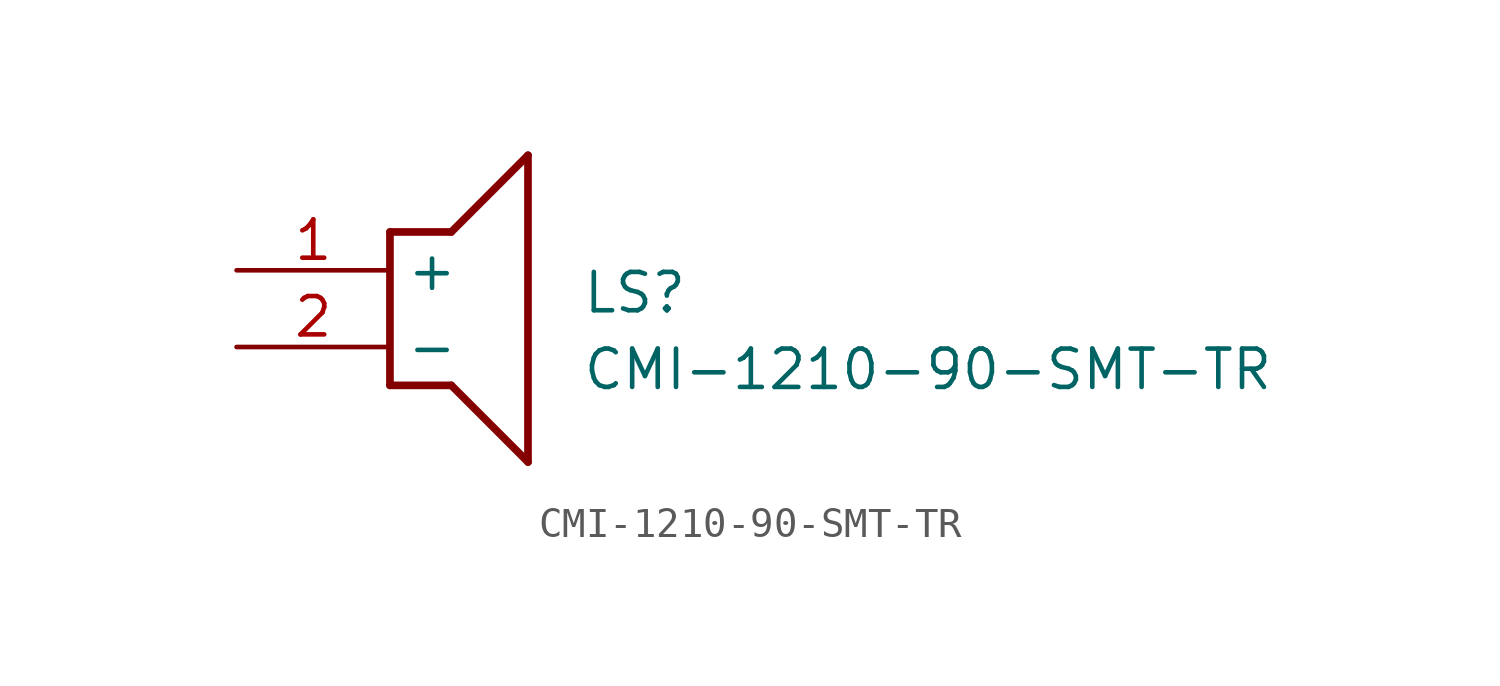
<source format=kicad_sym>
(kicad_symbol_lib
  (version 20211014)
  (generator SamacSys_ECAD_Model)
  (symbol "CMI-1210-90-SMT-TR"
    (property "Reference" "LS"
      (at 11.43 0 0)
      (effects (font (size 1.27 1.27)) (justify left top)))
    (property "Value" "CMI-1210-90-SMT-TR"
      (at 11.43 -2.54 0)
      (effects (font (size 1.27 1.27)) (justify left top)))
    (polyline
      (pts (xy 5.08 1.27) (xy 7.112 1.27))
      (stroke (width 0.254) (type default))
      (fill (type none)))
    (polyline
      (pts (xy 9.652 3.81) (xy 7.112 1.27))
      (stroke (width 0.254) (type default))
      (fill (type none)))
    (polyline
      (pts (xy 9.652 3.81) (xy 9.652 -6.35))
      (stroke (width 0.254) (type default))
      (fill (type none)))
    (polyline
      (pts (xy 7.112 -3.81) (xy 9.652 -6.35))
      (stroke (width 0.254) (type default))
      (fill (type none)))
    (polyline
      (pts (xy 7.112 -3.81) (xy 5.08 -3.81))
      (stroke (width 0.254) (type default))
      (fill (type none)))
    (polyline
      (pts (xy 5.08 1.27) (xy 5.08 -3.81))
      (stroke (width 0.254) (type default))
      (fill (type none)))
    (pin passive line
      (at 0 0 0)
      (length 5.08)
      (name "+" (effects (font (size 1.27 1.27))))
      (number "1" (effects (font (size 1.27 1.27)))))
    (pin passive line
      (at 0 -2.54 0)
      (length 5.08)
      (name "-" (effects (font (size 1.27 1.27))))
      (number "2" (effects (font (size 1.27 1.27)))))))
</source>
